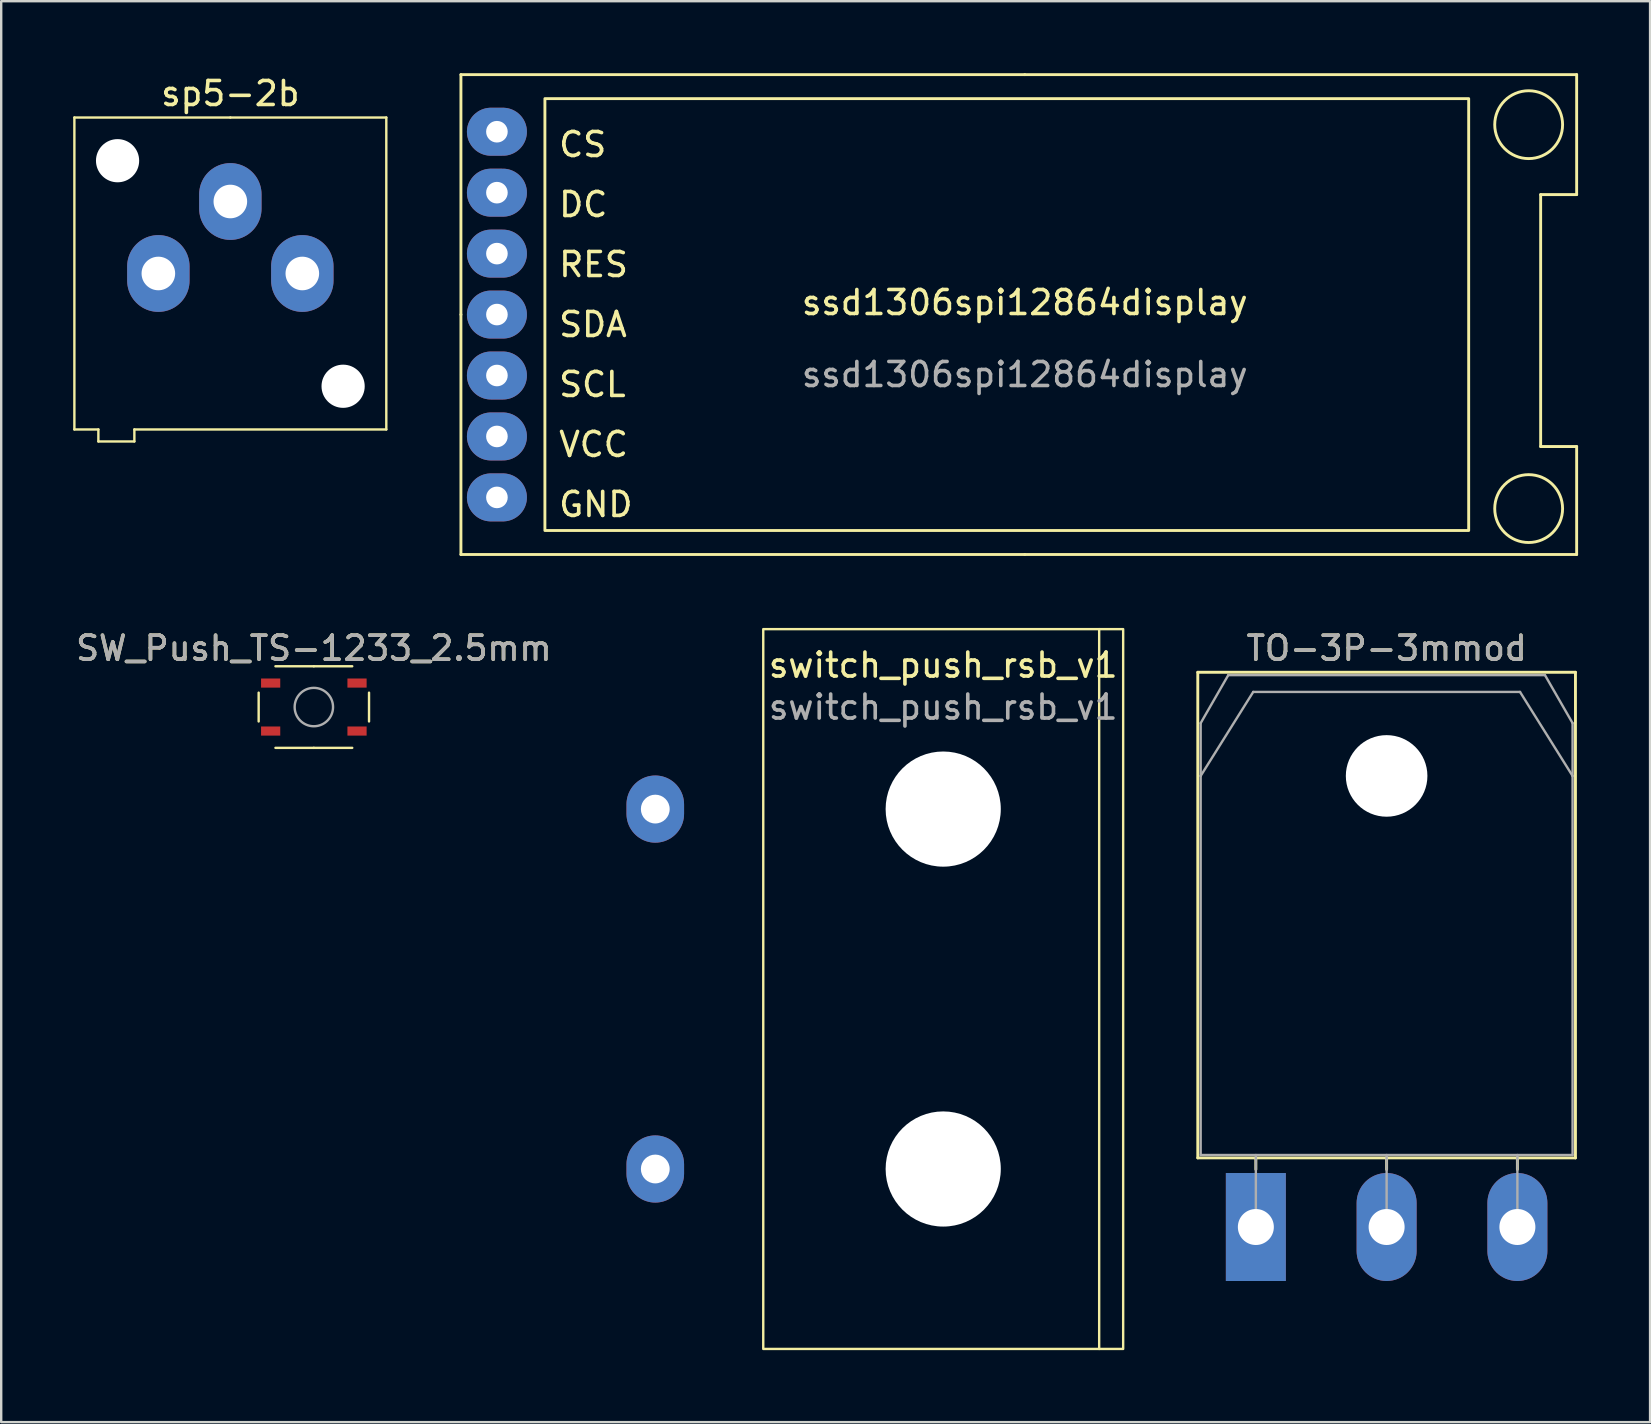
<source format=kicad_pcb>
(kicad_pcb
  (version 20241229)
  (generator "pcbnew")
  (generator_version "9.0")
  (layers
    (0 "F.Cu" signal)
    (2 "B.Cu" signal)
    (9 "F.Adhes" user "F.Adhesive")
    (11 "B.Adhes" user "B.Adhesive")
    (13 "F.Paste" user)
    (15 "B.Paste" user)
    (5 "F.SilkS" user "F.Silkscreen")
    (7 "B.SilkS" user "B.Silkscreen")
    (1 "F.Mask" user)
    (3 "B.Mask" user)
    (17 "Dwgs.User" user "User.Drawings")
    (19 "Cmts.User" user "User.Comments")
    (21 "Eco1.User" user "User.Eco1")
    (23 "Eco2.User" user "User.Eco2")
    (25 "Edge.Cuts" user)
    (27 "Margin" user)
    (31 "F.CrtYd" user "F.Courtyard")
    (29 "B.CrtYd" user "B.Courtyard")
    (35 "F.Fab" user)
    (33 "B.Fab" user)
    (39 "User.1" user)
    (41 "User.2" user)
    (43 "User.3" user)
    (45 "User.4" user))
  (footprint "switch_push_rsb_v1"
    (layer "F.Cu")
    (at 36.26 38.17)
    (property "Reference" "switch_push_rsb_v1" (at 0 -13.5 0) (layer "F.SilkS") (effects (font (size 1 1) (thickness 0.15))))
    (attr through_hole)
    (fp_line (start 6.5 -15) (end 6.5 15) (stroke (width 0.1) (type default)) (layer "F.SilkS"))
    (fp_rect (start -7.5 -15) (end 7.5 15) (stroke (width 0.1) (type default)) (fill no) (layer "F.SilkS"))
    (fp_text user "${REFERENCE}" (at 0 -11.75 0) (layer "F.Fab") (effects (font (size 1 1) (thickness 0.15))))
    (pad "" np_thru_hole circle (at 0 -7.5) (size 4.8 4.8) (drill 4.8) (layers "*.Cu" "*.Mask"))
    (pad "" np_thru_hole circle (at 0 7.5) (size 4.8 4.8) (drill 4.8) (layers "*.Cu" "*.Mask"))
    (pad "1" thru_hole oval (at -12 7.5) (size 2.4 2.8) (drill 1.2) (layers "*.Cu" "*.Mask"))
    (pad "2" thru_hole oval (at -12 -7.5) (size 2.4 2.8) (drill 1.2) (layers "*.Cu" "*.Mask")))
  (footprint "sp5-2b"
    (layer "F.Cu")
    (at 6.55 8.348)
    (property "Reference" "sp5-2b" (at 0 -7.5 0) (layer "F.SilkS") (effects (font (size 1 1) (thickness 0.15))))
    (attr through_hole)
    (fp_line (start -6.5 -6.5) (end -6.5 6.5) (stroke (width 0.1) (type default)) (layer "F.SilkS"))
    (fp_line (start -6.5 -6.5) (end 0 -6.5) (stroke (width 0.1) (type default)) (layer "F.SilkS"))
    (fp_line (start -5.5 6.5) (end -6.5 6.5) (stroke (width 0.1) (type default)) (layer "F.SilkS"))
    (fp_line (start -5.5 6.5) (end -5.5 7) (stroke (width 0.1) (type default)) (layer "F.SilkS"))
    (fp_line (start -5.5 7) (end -4 7) (stroke (width 0.1) (type default)) (layer "F.SilkS"))
    (fp_line (start -4 7) (end -4 6.5) (stroke (width 0.1) (type default)) (layer "F.SilkS"))
    (fp_line (start 0 -6.5) (end 6.5 -6.5) (stroke (width 0.1) (type default)) (layer "F.SilkS"))
    (fp_line (start 6.5 -6.5) (end 6.5 6.5) (stroke (width 0.1) (type default)) (layer "F.SilkS"))
    (fp_line (start 6.5 6.5) (end -4 6.5) (stroke (width 0.1) (type default)) (layer "F.SilkS"))
    (pad "" np_thru_hole circle (at -4.7 -4.7 90) (size 1.8 1.8) (drill 1.8) (layers "*.Cu" "*.Mask"))
    (pad "" np_thru_hole circle (at 4.7 4.7 90) (size 1.8 1.8) (drill 1.8) (layers "*.Cu" "*.Mask"))
    (pad "1" thru_hole oval (at -3 0) (size 2.6 3.2) (drill 1.4) (layers "*.Cu" "*.Mask"))
    (pad "2" thru_hole oval (at 0 -3) (size 2.6 3.2) (drill 1.4) (layers "*.Cu" "*.Mask"))
    (pad "3" thru_hole oval (at 3 0) (size 2.6 3.2) (drill 1.4) (layers "*.Cu" "*.Mask")))
  (footprint "SW_Push_TS-1233_2.5mm"
    (layer "F.Cu")
    (at 10.03 26.418)
    (property "Reference" "SW_Push_TS-1233_2.5mm" (at 0 -2.45 0) (layer "F.SilkS") (effects (font (size 1 1) (thickness 0.15))))
    (attr smd)
    (fp_line (start -2.3 -0.6) (end -2.3 0.6) (stroke (width 0.1) (type default)) (layer "F.SilkS"))
    (fp_line (start -1.6 -1.7) (end 0 -1.7) (stroke (width 0.1) (type default)) (layer "F.SilkS"))
    (fp_line (start -1.6 1.7) (end 0 1.7) (stroke (width 0.1) (type default)) (layer "F.SilkS"))
    (fp_line (start 0 -1.7) (end 1.6 -1.7) (stroke (width 0.1) (type default)) (layer "F.SilkS"))
    (fp_line (start 0 1.7) (end 1.6 1.7) (stroke (width 0.1) (type default)) (layer "F.SilkS"))
    (fp_line (start 2.3 -0.6) (end 2.3 0.6) (stroke (width 0.1) (type default)) (layer "F.SilkS"))
    (fp_circle (center 0 0) (end 0 0.8) (stroke (width 0.1) (type solid)) (fill no) (layer "F.Fab"))
    (fp_text user "${REFERENCE}" (at 0 -2.45 0) (layer "F.Fab") (effects (font (size 1 1) (thickness 0.15))))
    (pad "1" smd rect (at -1.8 -1) (size 0.8 0.38) (layers "F.Cu" "F.Mask" "F.Paste"))
    (pad "1" smd rect (at 1.8 -1) (size 0.8 0.38) (layers "F.Cu" "F.Mask" "F.Paste"))
    (pad "2" smd rect (at -1.8 1) (size 0.8 0.38) (layers "F.Cu" "F.Mask" "F.Paste"))
    (pad "2" smd rect (at 1.8 1) (size 0.8 0.38) (layers "F.Cu" "F.Mask" "F.Paste")))
  (footprint "TO-3P-3mmod"
    (layer "F.Cu")
    (at 49.29 48.088)
    (property "Reference" "TO-3P-3mmod" (at 5.45 -24.12 0) (layer "F.SilkS") (effects (font (size 1 1) (thickness 0.15))))
    (attr through_hole)
    (fp_line (start -2.42 -23.12) (end -2.42 -2.88) (stroke (width 0.12) (type solid)) (layer "F.SilkS"))
    (fp_line (start -2.42 -23.12) (end 13.32 -23.12) (stroke (width 0.12) (type solid)) (layer "F.SilkS"))
    (fp_line (start -2.42 -2.88) (end 13.32 -2.88) (stroke (width 0.12) (type solid)) (layer "F.SilkS"))
    (fp_line (start 0 -2.88) (end 0 -2.4) (stroke (width 0.12) (type solid)) (layer "F.SilkS"))
    (fp_line (start 5.45 -2.88) (end 5.45 -2.4) (stroke (width 0.12) (type solid)) (layer "F.SilkS"))
    (fp_line (start 10.9 -2.88) (end 10.9 -2.4) (stroke (width 0.12) (type solid)) (layer "F.SilkS"))
    (fp_line (start 13.32 -23.12) (end 13.32 -2.88) (stroke (width 0.12) (type solid)) (layer "F.SilkS"))
    (fp_line (start -2.3 -21) (end -1.15 -23) (stroke (width 0.1) (type solid)) (layer "F.Fab"))
    (fp_line (start -2.3 -18.8) (end -2.3 -21) (stroke (width 0.1) (type solid)) (layer "F.Fab"))
    (fp_line (start -2.3 -18.8) (end -0.11 -22.3) (stroke (width 0.1) (type solid)) (layer "F.Fab"))
    (fp_line (start -2.3 -3) (end -2.3 -18.8) (stroke (width 0.1) (type solid)) (layer "F.Fab"))
    (fp_line (start -1.15 -23) (end 12.05 -23) (stroke (width 0.1) (type solid)) (layer "F.Fab"))
    (fp_line (start -0.11 -22.3) (end 11.01 -22.3) (stroke (width 0.1) (type solid)) (layer "F.Fab"))
    (fp_line (start 0 -3) (end 0 0) (stroke (width 0.1) (type solid)) (layer "F.Fab"))
    (fp_line (start 5.45 -3) (end 5.45 0) (stroke (width 0.1) (type solid)) (layer "F.Fab"))
    (fp_line (start 10.9 -3) (end 10.9 0) (stroke (width 0.1) (type solid)) (layer "F.Fab"))
    (fp_line (start 11.01 -22.3) (end 13.2 -18.8) (stroke (width 0.1) (type solid)) (layer "F.Fab"))
    (fp_line (start 12.05 -23) (end 13.2 -21) (stroke (width 0.1) (type solid)) (layer "F.Fab"))
    (fp_line (start 13.2 -21) (end 13.2 -18.8) (stroke (width 0.1) (type solid)) (layer "F.Fab"))
    (fp_line (start 13.2 -18.8) (end 13.2 -3) (stroke (width 0.1) (type solid)) (layer "F.Fab"))
    (fp_line (start 13.2 -3) (end -2.3 -3) (stroke (width 0.1) (type solid)) (layer "F.Fab"))
    (fp_circle (center 5.45 -18.8) (end 7.05 -18.8) (stroke (width 0.1) (type solid)) (fill no) (layer "F.Fab"))
    (fp_text user "${REFERENCE}" (at 5.45 -24.12 0) (layer "F.Fab") (effects (font (size 1 1) (thickness 0.15))))
    (pad "" np_thru_hole oval (at 5.45 -18.8) (size 3.4 3.4) (drill 3.4) (layers "*.Cu" "*.Mask"))
    (pad "1" thru_hole rect (at 0 0) (size 2.5 4.5) (drill 1.5) (layers "*.Cu" "*.Mask"))
    (pad "2" thru_hole oval (at 5.45 0) (size 2.5 4.5) (drill 1.5) (layers "*.Cu" "*.Mask"))
    (pad "3" thru_hole oval (at 10.9 0) (size 2.5 4.5) (drill 1.5) (layers "*.Cu" "*.Mask")))
  (footprint "ssd1306spi12864display"
    (layer "F.Cu")
    (at 39.66 10.06)
    (property "Reference" "ssd1306spi12864display" (at 0 -0.5 0) (unlocked yes) (layer "F.SilkS") (effects (font (size 1 1) (thickness 0.15))))
    (attr through_hole)
    (fp_line (start -23.5 -10) (end 0 -10) (stroke (width 0.12) (type default)) (layer "F.SilkS"))
    (fp_line (start -23.5 0) (end -23.5 -10) (stroke (width 0.12) (type default)) (layer "F.SilkS"))
    (fp_line (start -23.5 10) (end -23.5 0) (stroke (width 0.12) (type default)) (layer "F.SilkS"))
    (fp_line (start -23.5 10) (end 0 10) (stroke (width 0.12) (type default)) (layer "F.SilkS"))
    (fp_line (start 0 -10) (end 23 -10) (stroke (width 0.12) (type default)) (layer "F.SilkS"))
    (fp_line (start 0 10) (end 23 10) (stroke (width 0.12) (type default)) (layer "F.SilkS"))
    (fp_line (start 21.5 -5) (end 21.5 5.5) (stroke (width 0.12) (type default)) (layer "F.SilkS"))
    (fp_line (start 21.5 -5) (end 23 -5) (stroke (width 0.12) (type default)) (layer "F.SilkS"))
    (fp_line (start 21.5 5.5) (end 23 5.5) (stroke (width 0.12) (type default)) (layer "F.SilkS"))
    (fp_line (start 23 -5) (end 23 -10) (stroke (width 0.12) (type default)) (layer "F.SilkS"))
    (fp_line (start 23 10) (end 23 5.5) (stroke (width 0.12) (type default)) (layer "F.SilkS"))
    (fp_rect (start -20 -9) (end 18.5 9) (stroke (width 0.12) (type default)) (fill no) (layer "F.SilkS"))
    (fp_circle (center 21 -7.914) (end 21 -9.328) (stroke (width 0.12) (type default)) (fill no) (layer "F.SilkS"))
    (fp_circle (center 21 8.086) (end 21 9.5) (stroke (width 0.12) (type default)) (fill no) (layer "F.SilkS"))
    (fp_text user "SCL" (at -19.5 3.5 0) (unlocked yes) (layer "F.SilkS") (effects (font (size 1 1) (thickness 0.15)) (justify left bottom)))
    (fp_text user "RES" (at -19.5 -1.5 0) (unlocked yes) (layer "F.SilkS") (effects (font (size 1 1) (thickness 0.15)) (justify left bottom)))
    (fp_text user "VCC" (at -19.5 6 0) (unlocked yes) (layer "F.SilkS") (effects (font (size 1 1) (thickness 0.15)) (justify left bottom)))
    (fp_text user "CS" (at -19.5 -6.5 0) (unlocked yes) (layer "F.SilkS") (effects (font (size 1 1) (thickness 0.15)) (justify left bottom)))
    (fp_text user "DC" (at -19.5 -4 0) (unlocked yes) (layer "F.SilkS") (effects (font (size 1 1) (thickness 0.15)) (justify left bottom)))
    (fp_text user "SDA" (at -19.5 1 0) (unlocked yes) (layer "F.SilkS") (effects (font (size 1 1) (thickness 0.15)) (justify left bottom)))
    (fp_text user "GND" (at -19.5 8.5 0) (unlocked yes) (layer "F.SilkS") (effects (font (size 1 1) (thickness 0.15)) (justify left bottom)))
    (fp_text user "${REFERENCE}" (at 0 2.5 0) (unlocked yes) (layer "F.Fab") (effects (font (size 1 1) (thickness 0.15))))
    (pad "1" thru_hole oval (at -22 7.62) (size 2.5 2) (drill 0.9) (layers "*.Cu" "*.Mask"))
    (pad "2" thru_hole oval (at -22 5.08) (size 2.5 2) (drill 0.9) (layers "*.Cu" "*.Mask"))
    (pad "3" thru_hole oval (at -22 2.54) (size 2.5 2) (drill 0.9) (layers "*.Cu" "*.Mask"))
    (pad "4" thru_hole oval (at -22 0) (size 2.5 2) (drill 0.9) (layers "*.Cu" "*.Mask"))
    (pad "5" thru_hole oval (at -22 -2.54) (size 2.5 2) (drill 0.9) (layers "*.Cu" "*.Mask"))
    (pad "6" thru_hole oval (at -22 -5.08) (size 2.5 2) (drill 0.9) (layers "*.Cu" "*.Mask"))
    (pad "7" thru_hole oval (at -22 -7.62) (size 2.5 2) (drill 0.9) (layers "*.Cu" "*.Mask")))
  (gr_rect
    (start -3 -3)
    (end 65.72 56.22)
    (stroke (width 0.1) (type default))
    (fill no)
    (layer "Edge.Cuts")))
</source>
